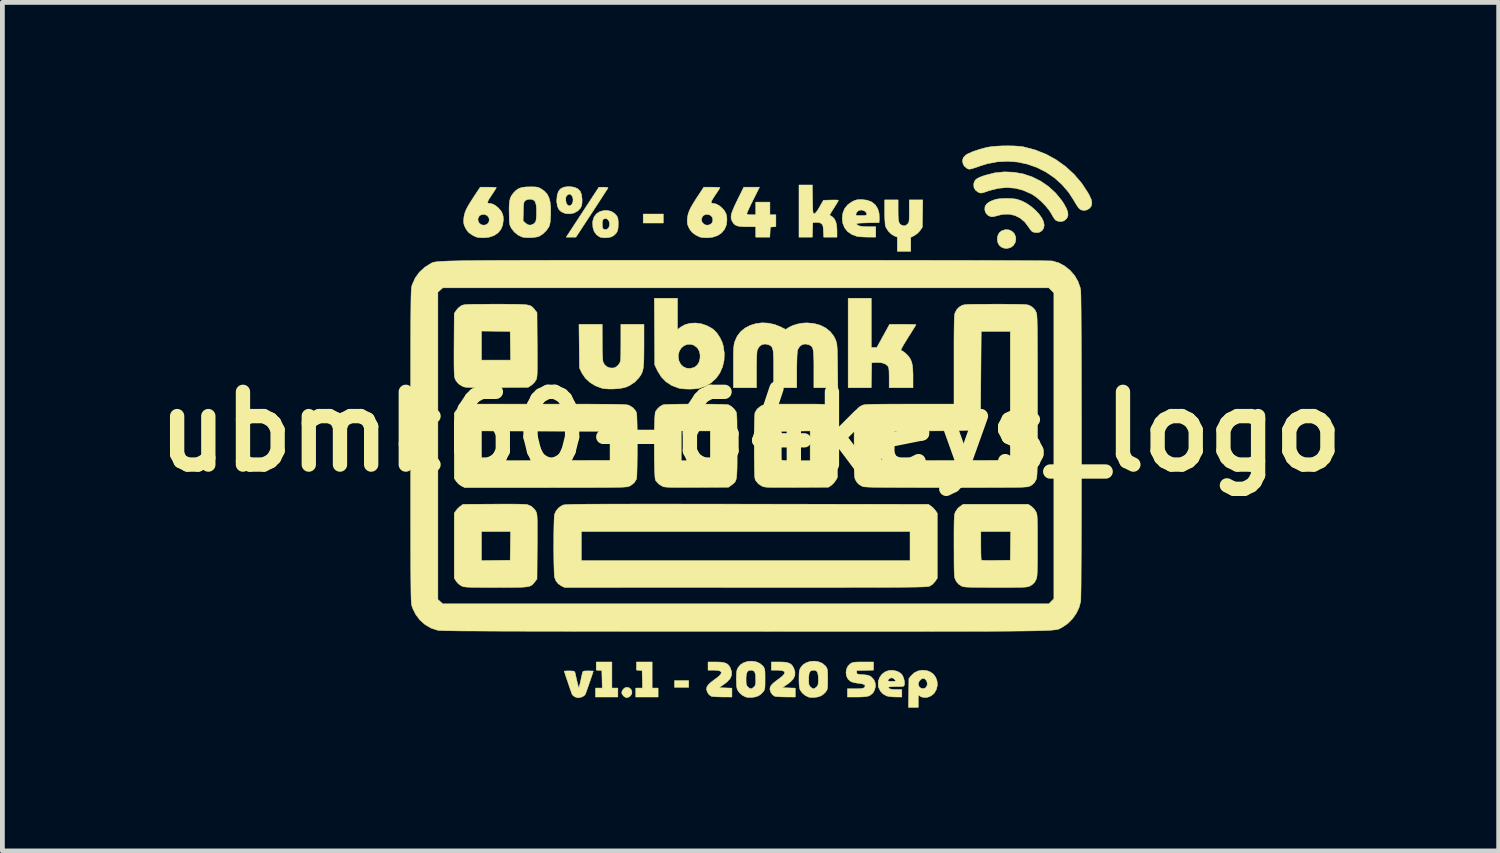
<source format=kicad_pcb>
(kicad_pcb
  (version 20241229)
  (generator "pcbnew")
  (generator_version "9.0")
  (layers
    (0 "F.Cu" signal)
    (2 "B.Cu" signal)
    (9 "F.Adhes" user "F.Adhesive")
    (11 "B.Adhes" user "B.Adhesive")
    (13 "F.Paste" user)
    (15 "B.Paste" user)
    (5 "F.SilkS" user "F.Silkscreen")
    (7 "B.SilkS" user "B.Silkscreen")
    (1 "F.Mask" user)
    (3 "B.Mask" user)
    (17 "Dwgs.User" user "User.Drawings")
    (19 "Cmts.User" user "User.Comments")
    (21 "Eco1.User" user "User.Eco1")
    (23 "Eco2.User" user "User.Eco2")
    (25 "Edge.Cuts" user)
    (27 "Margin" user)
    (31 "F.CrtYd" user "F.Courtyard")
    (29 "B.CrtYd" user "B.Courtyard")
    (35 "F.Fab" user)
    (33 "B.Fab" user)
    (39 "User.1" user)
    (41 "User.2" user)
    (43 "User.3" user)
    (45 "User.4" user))
  (footprint "ubmk60-64keys_logo"
    (layer "F.Cu")
    (at 12.671 5.992)
    (property "Reference" "ubmk60-64keys_logo" (at 0 0 0) (layer "F.SilkS") (effects (font (size 1.524 1.524) (thickness 0.3))))
    (attr through_hole)
    (fp_poly (pts (xy -1.827 -4.371) (xy -2.248 -4.371) (xy -2.248 -4.559) (xy -1.827 -4.559) (xy -1.827 -4.371)) (stroke (width 0.01) (type solid)) (fill yes) (layer "F.SilkS"))
    (fp_poly (pts (xy -1.296 5.355) (xy -1.592 5.355) (xy -1.592 5.214) (xy -1.296 5.214) (xy -1.296 5.355)) (stroke (width 0.01) (type solid)) (fill yes) (layer "F.SilkS"))
    (fp_poly (pts (xy -2.904 5.37) (xy -2.779 5.37) (xy -2.779 5.558) (xy -3.247 5.558) (xy -3.247 5.37) (xy -3.106 5.37) (xy -3.11 5.187) (xy -3.115 5.004) (xy -3.173 4.999) (xy -3.232 4.994) (xy -3.232 4.824) (xy -2.904 4.824) (xy -2.904 5.37)) (stroke (width 0.01) (type solid)) (fill yes) (layer "F.SilkS"))
    (fp_poly (pts (xy -2.061 5.37) (xy -1.936 5.37) (xy -1.936 5.558) (xy -2.404 5.558) (xy -2.404 5.37) (xy -2.263 5.37) (xy -2.267 5.187) (xy -2.271 5.004) (xy -2.33 4.999) (xy -2.389 4.994) (xy -2.389 4.824) (xy -2.061 4.824) (xy -2.061 5.37)) (stroke (width 0.01) (type solid)) (fill yes) (layer "F.SilkS"))
    (fp_poly (pts (xy -2.538 5.367) (xy -2.502 5.4) (xy -2.484 5.444) (xy -2.488 5.492) (xy -2.517 5.535) (xy -2.523 5.541) (xy -2.573 5.569) (xy -2.618 5.567) (xy -2.662 5.535) (xy -2.662 5.535) (xy -2.694 5.49) (xy -2.696 5.446) (xy -2.668 5.396) (xy -2.668 5.396) (xy -2.625 5.361) (xy -2.59 5.355) (xy -2.538 5.367)) (stroke (width 0.01) (type solid)) (fill yes) (layer "F.SilkS"))
    (fp_poly (pts (xy 5.407 -4.228) (xy 5.471 -4.201) (xy 5.521 -4.154) (xy 5.551 -4.089) (xy 5.558 -4.036) (xy 5.544 -3.962) (xy 5.507 -3.902) (xy 5.453 -3.86) (xy 5.386 -3.84) (xy 5.314 -3.843) (xy 5.257 -3.865) (xy 5.208 -3.908) (xy 5.178 -3.967) (xy 5.168 -4.034) (xy 5.178 -4.101) (xy 5.207 -4.161) (xy 5.256 -4.204) (xy 5.261 -4.207) (xy 5.335 -4.231) (xy 5.407 -4.228)) (stroke (width 0.01) (type solid)) (fill yes) (layer "F.SilkS"))
    (fp_poly (pts (xy -3.028 -5.119) (xy -2.994 -5.114) (xy -2.984 -5.108) (xy -2.994 -5.092) (xy -3.019 -5.053) (xy -3.057 -4.994) (xy -3.106 -4.918) (xy -3.165 -4.827) (xy -3.232 -4.724) (xy -3.305 -4.612) (xy -3.323 -4.585) (xy -3.657 -4.075) (xy -3.86 -4.075) (xy -3.832 -4.118) (xy -3.817 -4.14) (xy -3.788 -4.186) (xy -3.745 -4.251) (xy -3.692 -4.333) (xy -3.63 -4.427) (xy -3.562 -4.532) (xy -3.491 -4.64) (xy -3.177 -5.12) (xy -3.078 -5.121) (xy -3.028 -5.119)) (stroke (width 0.01) (type solid)) (fill yes) (layer "F.SilkS"))
    (fp_poly (pts (xy 0.055 -4.855) (xy 0.013 -4.771) (xy -0.023 -4.695) (xy -0.052 -4.633) (xy -0.071 -4.588) (xy -0.078 -4.567) (xy -0.078 -4.567) (xy -0.071 -4.553) (xy -0.046 -4.546) (xy 0.003 -4.543) (xy 0.016 -4.543) (xy 0.109 -4.543) (xy 0.109 -4.808) (xy 0.406 -4.808) (xy 0.406 -4.543) (xy 0.531 -4.543) (xy 0.531 -4.295) (xy 0.472 -4.29) (xy 0.414 -4.285) (xy 0.404 -4.075) (xy 0.109 -4.075) (xy 0.109 -4.293) (xy -0.071 -4.293) (xy -0.169 -4.295) (xy -0.241 -4.302) (xy -0.294 -4.316) (xy -0.333 -4.339) (xy -0.363 -4.373) (xy -0.375 -4.392) (xy -0.396 -4.432) (xy -0.407 -4.473) (xy -0.407 -4.52) (xy -0.395 -4.576) (xy -0.37 -4.645) (xy -0.332 -4.733) (xy -0.279 -4.843) (xy -0.274 -4.854) (xy -0.141 -5.121) (xy 0.188 -5.121) (xy 0.055 -4.855)) (stroke (width 0.01) (type solid)) (fill yes) (layer "F.SilkS"))
    (fp_poly (pts (xy -0.624 4.827) (xy -0.55 4.839) (xy -0.496 4.86) (xy -0.456 4.895) (xy -0.425 4.945) (xy -0.42 4.955) (xy -0.396 5.035) (xy -0.399 5.108) (xy -0.431 5.177) (xy -0.493 5.243) (xy -0.558 5.292) (xy -0.663 5.363) (xy -0.527 5.367) (xy -0.39 5.372) (xy -0.39 5.558) (xy -0.589 5.557) (xy -0.668 5.555) (xy -0.737 5.552) (xy -0.791 5.548) (xy -0.82 5.543) (xy -0.821 5.542) (xy -0.868 5.509) (xy -0.904 5.457) (xy -0.921 5.4) (xy -0.921 5.393) (xy -0.916 5.355) (xy -0.897 5.318) (xy -0.862 5.278) (xy -0.806 5.231) (xy -0.734 5.178) (xy -0.663 5.123) (xy -0.622 5.078) (xy -0.61 5.043) (xy -0.628 5.018) (xy -0.676 5.003) (xy -0.753 4.996) (xy -0.776 4.996) (xy -0.89 4.996) (xy -0.89 4.824) (xy -0.724 4.824) (xy -0.624 4.827)) (stroke (width 0.01) (type solid)) (fill yes) (layer "F.SilkS"))
    (fp_poly (pts (xy 0.703 4.827) (xy 0.777 4.839) (xy 0.831 4.86) (xy 0.871 4.895) (xy 0.902 4.945) (xy 0.907 4.955) (xy 0.931 5.035) (xy 0.928 5.108) (xy 0.896 5.177) (xy 0.834 5.243) (xy 0.769 5.292) (xy 0.663 5.363) (xy 0.8 5.367) (xy 0.937 5.372) (xy 0.937 5.558) (xy 0.738 5.557) (xy 0.659 5.555) (xy 0.59 5.552) (xy 0.536 5.548) (xy 0.507 5.543) (xy 0.506 5.542) (xy 0.459 5.509) (xy 0.423 5.457) (xy 0.406 5.4) (xy 0.406 5.393) (xy 0.411 5.355) (xy 0.43 5.318) (xy 0.465 5.278) (xy 0.521 5.231) (xy 0.593 5.178) (xy 0.664 5.123) (xy 0.705 5.078) (xy 0.717 5.043) (xy 0.699 5.018) (xy 0.651 5.003) (xy 0.574 4.996) (xy 0.551 4.996) (xy 0.437 4.996) (xy 0.437 4.824) (xy 0.603 4.824) (xy 0.703 4.827)) (stroke (width 0.01) (type solid)) (fill yes) (layer "F.SilkS"))
    (fp_poly (pts (xy 3.091 -4.637) (xy 3.092 -4.534) (xy 3.096 -4.458) (xy 3.105 -4.403) (xy 3.118 -4.366) (xy 3.138 -4.342) (xy 3.164 -4.326) (xy 3.213 -4.311) (xy 3.251 -4.318) (xy 3.287 -4.347) (xy 3.302 -4.363) (xy 3.312 -4.38) (xy 3.319 -4.404) (xy 3.323 -4.44) (xy 3.325 -4.493) (xy 3.325 -4.57) (xy 3.325 -4.62) (xy 3.325 -4.855) (xy 3.608 -4.855) (xy 3.603 -4.568) (xy 3.598 -4.28) (xy 3.551 -4.213) (xy 3.5 -4.157) (xy 3.436 -4.111) (xy 3.43 -4.108) (xy 3.356 -4.07) (xy 3.356 -3.778) (xy 3.075 -3.778) (xy 3.075 -4.075) (xy 3.013 -4.1) (xy 2.951 -4.137) (xy 2.892 -4.194) (xy 2.846 -4.26) (xy 2.826 -4.308) (xy 2.82 -4.343) (xy 2.816 -4.402) (xy 2.812 -4.478) (xy 2.81 -4.565) (xy 2.81 -4.609) (xy 2.81 -4.855) (xy 3.091 -4.855) (xy 3.091 -4.637)) (stroke (width 0.01) (type solid)) (fill yes) (layer "F.SilkS"))
    (fp_poly (pts (xy 5.474 -4.882) (xy 5.547 -4.874) (xy 5.573 -4.87) (xy 5.674 -4.836) (xy 5.776 -4.785) (xy 5.873 -4.719) (xy 5.962 -4.644) (xy 6.039 -4.563) (xy 6.099 -4.479) (xy 6.138 -4.398) (xy 6.151 -4.325) (xy 6.138 -4.258) (xy 6.101 -4.207) (xy 6.047 -4.176) (xy 6 -4.169) (xy 5.951 -4.174) (xy 5.912 -4.184) (xy 5.908 -4.186) (xy 5.883 -4.207) (xy 5.851 -4.247) (xy 5.826 -4.285) (xy 5.745 -4.392) (xy 5.648 -4.474) (xy 5.538 -4.529) (xy 5.417 -4.556) (xy 5.29 -4.554) (xy 5.17 -4.526) (xy 5.114 -4.51) (xy 5.065 -4.502) (xy 5.037 -4.502) (xy 4.973 -4.532) (xy 4.929 -4.581) (xy 4.907 -4.643) (xy 4.911 -4.709) (xy 4.922 -4.737) (xy 4.959 -4.783) (xy 5.023 -4.824) (xy 5.108 -4.857) (xy 5.155 -4.87) (xy 5.217 -4.879) (xy 5.298 -4.884) (xy 5.388 -4.885) (xy 5.474 -4.882)) (stroke (width 0.01) (type solid)) (fill yes) (layer "F.SilkS"))
    (fp_poly (pts (xy 3.695 5.006) (xy 3.758 5.029) (xy 3.83 5.079) (xy 3.88 5.148) (xy 3.908 5.227) (xy 3.913 5.313) (xy 3.893 5.398) (xy 3.848 5.477) (xy 3.838 5.487) (xy 3.781 5.534) (xy 3.713 5.562) (xy 3.643 5.569) (xy 3.579 5.556) (xy 3.541 5.532) (xy 3.527 5.521) (xy 3.519 5.523) (xy 3.515 5.541) (xy 3.513 5.582) (xy 3.513 5.641) (xy 3.513 5.776) (xy 3.308 5.776) (xy 3.313 5.474) (xy 3.316 5.284) (xy 3.513 5.284) (xy 3.525 5.332) (xy 3.557 5.366) (xy 3.6 5.382) (xy 3.645 5.377) (xy 3.677 5.355) (xy 3.7 5.31) (xy 3.701 5.261) (xy 3.685 5.214) (xy 3.654 5.18) (xy 3.612 5.167) (xy 3.58 5.18) (xy 3.546 5.212) (xy 3.521 5.251) (xy 3.513 5.284) (xy 3.316 5.284) (xy 3.317 5.173) (xy 3.362 5.114) (xy 3.428 5.052) (xy 3.51 5.012) (xy 3.602 4.996) (xy 3.695 5.006)) (stroke (width 0.01) (type solid)) (fill yes) (layer "F.SilkS"))
    (fp_poly (pts (xy -3.786 -5.133) (xy -3.691 -5.12) (xy -3.62 -5.089) (xy -3.57 -5.039) (xy -3.54 -4.966) (xy -3.529 -4.868) (xy -3.528 -4.842) (xy -3.531 -4.776) (xy -3.54 -4.729) (xy -3.559 -4.69) (xy -3.563 -4.682) (xy -3.621 -4.622) (xy -3.697 -4.581) (xy -3.783 -4.563) (xy -3.871 -4.569) (xy -3.89 -4.574) (xy -3.963 -4.606) (xy -4.013 -4.653) (xy -4.044 -4.719) (xy -4.058 -4.808) (xy -4.059 -4.847) (xy -4.058 -4.859) (xy -3.872 -4.859) (xy -3.863 -4.799) (xy -3.842 -4.756) (xy -3.811 -4.733) (xy -3.777 -4.733) (xy -3.743 -4.761) (xy -3.74 -4.765) (xy -3.72 -4.815) (xy -3.717 -4.873) (xy -3.731 -4.926) (xy -3.747 -4.949) (xy -3.776 -4.974) (xy -3.801 -4.977) (xy -3.835 -4.957) (xy -3.837 -4.956) (xy -3.86 -4.932) (xy -3.87 -4.896) (xy -3.872 -4.859) (xy -4.058 -4.859) (xy -4.05 -4.952) (xy -4.024 -5.032) (xy -3.979 -5.087) (xy -3.913 -5.121) (xy -3.825 -5.133) (xy -3.786 -5.133)) (stroke (width 0.01) (type solid)) (fill yes) (layer "F.SilkS"))
    (fp_poly (pts (xy -2.997 -4.633) (xy -2.914 -4.614) (xy -2.847 -4.57) (xy -2.803 -4.521) (xy -2.787 -4.493) (xy -2.777 -4.458) (xy -2.772 -4.408) (xy -2.771 -4.348) (xy -2.774 -4.266) (xy -2.787 -4.206) (xy -2.812 -4.16) (xy -2.854 -4.118) (xy -2.878 -4.1) (xy -2.925 -4.078) (xy -2.991 -4.065) (xy -3.063 -4.062) (xy -3.128 -4.069) (xy -3.162 -4.08) (xy -3.228 -4.127) (xy -3.276 -4.195) (xy -3.302 -4.28) (xy -3.306 -4.372) (xy -3.106 -4.372) (xy -3.105 -4.32) (xy -3.099 -4.275) (xy -3.088 -4.249) (xy -3.051 -4.232) (xy -3.009 -4.238) (xy -2.975 -4.265) (xy -2.955 -4.314) (xy -2.953 -4.367) (xy -2.967 -4.415) (xy -2.995 -4.451) (xy -3.033 -4.465) (xy -3.034 -4.465) (xy -3.071 -4.457) (xy -3.088 -4.446) (xy -3.1 -4.418) (xy -3.106 -4.372) (xy -3.306 -4.372) (xy -3.307 -4.379) (xy -3.302 -4.422) (xy -3.274 -4.504) (xy -3.222 -4.568) (xy -3.151 -4.612) (xy -3.064 -4.633) (xy -2.997 -4.633)) (stroke (width 0.01) (type solid)) (fill yes) (layer "F.SilkS"))
    (fp_poly (pts (xy 2.529 -1.764) (xy 2.646 -1.764) (xy 2.912 -2.248) (xy 3.189 -2.248) (xy 3.278 -2.248) (xy 3.355 -2.247) (xy 3.415 -2.245) (xy 3.454 -2.243) (xy 3.466 -2.241) (xy 3.458 -2.226) (xy 3.435 -2.189) (xy 3.401 -2.134) (xy 3.358 -2.065) (xy 3.308 -1.986) (xy 3.299 -1.972) (xy 3.25 -1.892) (xy 3.207 -1.822) (xy 3.175 -1.765) (xy 3.155 -1.725) (xy 3.15 -1.706) (xy 3.15 -1.705) (xy 3.196 -1.681) (xy 3.25 -1.639) (xy 3.3 -1.589) (xy 3.319 -1.566) (xy 3.35 -1.517) (xy 3.373 -1.462) (xy 3.389 -1.395) (xy 3.398 -1.311) (xy 3.403 -1.204) (xy 3.403 -1.131) (xy 3.403 -0.921) (xy 2.904 -0.921) (xy 2.904 -1.13) (xy 2.903 -1.216) (xy 2.901 -1.277) (xy 2.897 -1.319) (xy 2.89 -1.347) (xy 2.88 -1.368) (xy 2.872 -1.379) (xy 2.819 -1.421) (xy 2.742 -1.444) (xy 2.642 -1.45) (xy 2.631 -1.449) (xy 2.537 -1.444) (xy 2.533 -1.183) (xy 2.528 -0.921) (xy 2.045 -0.921) (xy 2.045 -2.794) (xy 2.529 -2.794) (xy 2.529 -1.764)) (stroke (width 0.01) (type solid)) (fill yes) (layer "F.SilkS"))
    (fp_poly (pts (xy 1.299 -4.867) (xy 1.301 -4.763) (xy 1.303 -4.686) (xy 1.305 -4.633) (xy 1.309 -4.598) (xy 1.314 -4.578) (xy 1.321 -4.569) (xy 1.331 -4.566) (xy 1.335 -4.566) (xy 1.355 -4.575) (xy 1.381 -4.604) (xy 1.416 -4.655) (xy 1.446 -4.707) (xy 1.527 -4.847) (xy 1.684 -4.852) (xy 1.75 -4.853) (xy 1.803 -4.852) (xy 1.835 -4.849) (xy 1.842 -4.846) (xy 1.834 -4.829) (xy 1.813 -4.792) (xy 1.781 -4.74) (xy 1.748 -4.687) (xy 1.71 -4.628) (xy 1.681 -4.58) (xy 1.662 -4.548) (xy 1.658 -4.537) (xy 1.673 -4.527) (xy 1.703 -4.508) (xy 1.707 -4.506) (xy 1.755 -4.46) (xy 1.788 -4.391) (xy 1.806 -4.298) (xy 1.811 -4.211) (xy 1.811 -4.075) (xy 1.533 -4.075) (xy 1.527 -4.201) (xy 1.523 -4.266) (xy 1.517 -4.308) (xy 1.506 -4.334) (xy 1.489 -4.354) (xy 1.484 -4.358) (xy 1.444 -4.379) (xy 1.391 -4.384) (xy 1.375 -4.384) (xy 1.304 -4.379) (xy 1.299 -4.227) (xy 1.295 -4.075) (xy 1.015 -4.075) (xy 1.015 -5.167) (xy 1.295 -5.167) (xy 1.299 -4.867)) (stroke (width 0.01) (type solid)) (fill yes) (layer "F.SilkS"))
    (fp_poly (pts (xy -3.106 -1.877) (xy -3.105 -1.731) (xy -3.102 -1.615) (xy -3.097 -1.528) (xy -3.091 -1.472) (xy -3.086 -1.453) (xy -3.049 -1.392) (xy -2.99 -1.35) (xy -2.926 -1.333) (xy -2.856 -1.336) (xy -2.798 -1.367) (xy -2.752 -1.419) (xy -2.741 -1.437) (xy -2.733 -1.455) (xy -2.726 -1.478) (xy -2.722 -1.51) (xy -2.719 -1.554) (xy -2.717 -1.617) (xy -2.717 -1.7) (xy -2.716 -1.809) (xy -2.716 -1.86) (xy -2.716 -2.248) (xy -2.232 -2.248) (xy -2.232 -1.806) (xy -2.233 -1.661) (xy -2.234 -1.543) (xy -2.237 -1.448) (xy -2.243 -1.373) (xy -2.251 -1.313) (xy -2.263 -1.264) (xy -2.279 -1.223) (xy -2.3 -1.185) (xy -2.326 -1.147) (xy -2.334 -1.136) (xy -2.422 -1.041) (xy -2.53 -0.969) (xy -2.605 -0.935) (xy -2.676 -0.916) (xy -2.767 -0.902) (xy -2.868 -0.895) (xy -2.969 -0.894) (xy -3.06 -0.901) (xy -3.115 -0.911) (xy -3.245 -0.959) (xy -3.36 -1.029) (xy -3.457 -1.118) (xy -3.529 -1.222) (xy -3.541 -1.246) (xy -3.583 -1.335) (xy -3.588 -1.791) (xy -3.593 -2.248) (xy -3.107 -2.248) (xy -3.106 -1.877)) (stroke (width 0.01) (type solid)) (fill yes) (layer "F.SilkS"))
    (fp_poly (pts (xy 2.576 4.995) (xy 2.225 5.004) (xy 2.225 5.043) (xy 2.226 5.062) (xy 2.235 5.074) (xy 2.258 5.081) (xy 2.301 5.086) (xy 2.351 5.09) (xy 2.42 5.096) (xy 2.468 5.105) (xy 2.504 5.12) (xy 2.534 5.141) (xy 2.585 5.197) (xy 2.612 5.266) (xy 2.616 5.339) (xy 2.599 5.411) (xy 2.562 5.475) (xy 2.504 5.522) (xy 2.482 5.533) (xy 2.439 5.545) (xy 2.381 5.553) (xy 2.301 5.557) (xy 2.224 5.558) (xy 2.03 5.558) (xy 2.03 5.386) (xy 2.192 5.386) (xy 2.271 5.385) (xy 2.324 5.381) (xy 2.358 5.374) (xy 2.378 5.363) (xy 2.38 5.361) (xy 2.401 5.33) (xy 2.394 5.306) (xy 2.358 5.287) (xy 2.293 5.274) (xy 2.247 5.269) (xy 2.178 5.258) (xy 2.119 5.241) (xy 2.094 5.229) (xy 2.041 5.18) (xy 2.01 5.116) (xy 2 5.045) (xy 2.011 4.973) (xy 2.043 4.908) (xy 2.096 4.857) (xy 2.099 4.855) (xy 2.124 4.842) (xy 2.152 4.834) (xy 2.191 4.828) (xy 2.245 4.825) (xy 2.322 4.824) (xy 2.363 4.824) (xy 2.576 4.824) (xy 2.576 4.995)) (stroke (width 0.01) (type solid)) (fill yes) (layer "F.SilkS"))
    (fp_poly (pts (xy 5.516 -5.434) (xy 5.711 -5.399) (xy 5.899 -5.337) (xy 6.077 -5.248) (xy 6.242 -5.135) (xy 6.39 -4.999) (xy 6.52 -4.84) (xy 6.564 -4.772) (xy 6.616 -4.678) (xy 6.645 -4.6) (xy 6.65 -4.536) (xy 6.633 -4.483) (xy 6.607 -4.45) (xy 6.566 -4.417) (xy 6.523 -4.404) (xy 6.492 -4.403) (xy 6.434 -4.41) (xy 6.392 -4.43) (xy 6.391 -4.43) (xy 6.367 -4.457) (xy 6.337 -4.503) (xy 6.306 -4.557) (xy 6.306 -4.559) (xy 6.252 -4.642) (xy 6.179 -4.732) (xy 6.092 -4.821) (xy 6.001 -4.901) (xy 5.912 -4.964) (xy 5.877 -4.983) (xy 5.709 -5.057) (xy 5.54 -5.1) (xy 5.369 -5.114) (xy 5.193 -5.098) (xy 5.009 -5.053) (xy 4.969 -5.039) (xy 4.903 -5.016) (xy 4.858 -5.003) (xy 4.827 -4.999) (xy 4.803 -5.002) (xy 4.778 -5.012) (xy 4.77 -5.016) (xy 4.712 -5.058) (xy 4.68 -5.116) (xy 4.675 -5.184) (xy 4.681 -5.212) (xy 4.696 -5.25) (xy 4.719 -5.281) (xy 4.756 -5.307) (xy 4.811 -5.333) (xy 4.89 -5.362) (xy 4.914 -5.37) (xy 5.114 -5.421) (xy 5.316 -5.442) (xy 5.516 -5.434)) (stroke (width 0.01) (type solid)) (fill yes) (layer "F.SilkS"))
    (fp_poly (pts (xy 3.067 5.018) (xy 3.086 5.026) (xy 3.132 5.053) (xy 3.17 5.086) (xy 3.177 5.096) (xy 3.203 5.15) (xy 3.22 5.214) (xy 3.226 5.274) (xy 3.222 5.301) (xy 3.217 5.318) (xy 3.207 5.329) (xy 3.186 5.335) (xy 3.149 5.338) (xy 3.089 5.339) (xy 3.05 5.339) (xy 2.983 5.34) (xy 2.93 5.343) (xy 2.896 5.348) (xy 2.888 5.352) (xy 2.899 5.376) (xy 2.934 5.392) (xy 2.994 5.4) (xy 3.047 5.402) (xy 3.169 5.402) (xy 3.169 5.558) (xy 3.04 5.557) (xy 2.971 5.554) (xy 2.904 5.547) (xy 2.854 5.536) (xy 2.849 5.534) (xy 2.778 5.495) (xy 2.72 5.434) (xy 2.684 5.36) (xy 2.676 5.328) (xy 2.676 5.235) (xy 2.686 5.203) (xy 2.878 5.203) (xy 2.878 5.219) (xy 2.905 5.228) (xy 2.96 5.23) (xy 3.01 5.229) (xy 3.033 5.226) (xy 3.037 5.216) (xy 3.026 5.197) (xy 3.025 5.195) (xy 2.988 5.162) (xy 2.944 5.156) (xy 2.902 5.176) (xy 2.878 5.203) (xy 2.686 5.203) (xy 2.702 5.153) (xy 2.749 5.085) (xy 2.814 5.034) (xy 2.891 5.004) (xy 2.977 4.998) (xy 3.067 5.018)) (stroke (width 0.01) (type solid)) (fill yes) (layer "F.SilkS"))
    (fp_poly (pts (xy 5.516 -5.985) (xy 5.624 -5.978) (xy 5.71 -5.968) (xy 5.722 -5.965) (xy 5.961 -5.902) (xy 6.189 -5.812) (xy 6.402 -5.695) (xy 6.6 -5.553) (xy 6.778 -5.389) (xy 6.936 -5.204) (xy 7.071 -4.999) (xy 7.101 -4.943) (xy 7.139 -4.857) (xy 7.15 -4.786) (xy 7.137 -4.727) (xy 7.104 -4.682) (xy 7.051 -4.647) (xy 6.989 -4.634) (xy 6.929 -4.644) (xy 6.886 -4.672) (xy 6.862 -4.701) (xy 6.829 -4.75) (xy 6.794 -4.808) (xy 6.782 -4.83) (xy 6.663 -5.014) (xy 6.522 -5.178) (xy 6.363 -5.32) (xy 6.188 -5.439) (xy 6 -5.534) (xy 5.801 -5.604) (xy 5.595 -5.648) (xy 5.384 -5.664) (xy 5.171 -5.653) (xy 4.959 -5.613) (xy 4.824 -5.571) (xy 4.735 -5.54) (xy 4.67 -5.518) (xy 4.624 -5.505) (xy 4.592 -5.499) (xy 4.568 -5.501) (xy 4.547 -5.509) (xy 4.526 -5.521) (xy 4.474 -5.568) (xy 4.451 -5.614) (xy 4.44 -5.683) (xy 4.459 -5.743) (xy 4.508 -5.794) (xy 4.555 -5.822) (xy 4.669 -5.871) (xy 4.802 -5.915) (xy 4.944 -5.953) (xy 4.968 -5.958) (xy 5.05 -5.971) (xy 5.155 -5.98) (xy 5.273 -5.986) (xy 5.397 -5.987) (xy 5.516 -5.985)) (stroke (width 0.01) (type solid)) (fill yes) (layer "F.SilkS"))
    (fp_poly (pts (xy 2.441 -4.849) (xy 2.537 -4.812) (xy 2.612 -4.752) (xy 2.664 -4.672) (xy 2.693 -4.572) (xy 2.698 -4.468) (xy 2.693 -4.379) (xy 2.454 -4.375) (xy 2.358 -4.372) (xy 2.289 -4.369) (xy 2.246 -4.364) (xy 2.224 -4.358) (xy 2.221 -4.351) (xy 2.241 -4.326) (xy 2.285 -4.308) (xy 2.353 -4.297) (xy 2.45 -4.293) (xy 2.463 -4.293) (xy 2.623 -4.293) (xy 2.623 -4.075) (xy 2.455 -4.076) (xy 2.379 -4.078) (xy 2.308 -4.082) (xy 2.252 -4.088) (xy 2.228 -4.092) (xy 2.121 -4.131) (xy 2.034 -4.191) (xy 1.971 -4.27) (xy 1.933 -4.366) (xy 1.921 -4.465) (xy 1.93 -4.545) (xy 2.206 -4.545) (xy 2.211 -4.534) (xy 2.233 -4.529) (xy 2.275 -4.527) (xy 2.317 -4.527) (xy 2.378 -4.528) (xy 2.413 -4.532) (xy 2.43 -4.539) (xy 2.435 -4.553) (xy 2.435 -4.556) (xy 2.421 -4.595) (xy 2.385 -4.625) (xy 2.335 -4.642) (xy 2.317 -4.643) (xy 2.261 -4.632) (xy 2.224 -4.596) (xy 2.21 -4.562) (xy 2.206 -4.545) (xy 1.93 -4.545) (xy 1.934 -4.579) (xy 1.973 -4.675) (xy 2.038 -4.755) (xy 2.125 -4.816) (xy 2.176 -4.841) (xy 2.221 -4.855) (xy 2.274 -4.861) (xy 2.326 -4.862) (xy 2.441 -4.849)) (stroke (width 0.01) (type solid)) (fill yes) (layer "F.SilkS"))
    (fp_poly (pts (xy -1.53 -2.139) (xy -1.461 -2.192) (xy -1.37 -2.242) (xy -1.264 -2.27) (xy -1.149 -2.276) (xy -1.032 -2.26) (xy -0.917 -2.222) (xy -0.811 -2.164) (xy -0.766 -2.13) (xy -0.698 -2.058) (xy -0.638 -1.965) (xy -0.591 -1.864) (xy -0.571 -1.795) (xy -0.549 -1.641) (xy -0.555 -1.494) (xy -0.587 -1.356) (xy -0.643 -1.23) (xy -0.72 -1.12) (xy -0.819 -1.029) (xy -0.937 -0.958) (xy -1.072 -0.911) (xy -1.09 -0.907) (xy -1.175 -0.896) (xy -1.276 -0.892) (xy -1.378 -0.895) (xy -1.47 -0.905) (xy -1.513 -0.915) (xy -1.649 -0.967) (xy -1.768 -1.044) (xy -1.867 -1.145) (xy -1.945 -1.269) (xy -1.95 -1.28) (xy -2.006 -1.397) (xy -2.007 -1.577) (xy -1.514 -1.577) (xy -1.501 -1.488) (xy -1.466 -1.415) (xy -1.412 -1.362) (xy -1.344 -1.33) (xy -1.267 -1.323) (xy -1.185 -1.344) (xy -1.169 -1.352) (xy -1.115 -1.395) (xy -1.078 -1.458) (xy -1.058 -1.533) (xy -1.056 -1.612) (xy -1.074 -1.688) (xy -1.111 -1.753) (xy -1.123 -1.765) (xy -1.188 -1.812) (xy -1.259 -1.832) (xy -1.33 -1.827) (xy -1.395 -1.8) (xy -1.451 -1.753) (xy -1.492 -1.688) (xy -1.513 -1.608) (xy -1.514 -1.577) (xy -2.007 -1.577) (xy -2.015 -2.794) (xy -1.53 -2.794) (xy -1.53 -2.139)) (stroke (width 0.01) (type solid)) (fill yes) (layer "F.SilkS"))
    (fp_poly (pts (xy -3.349 5.012) (xy -3.31 5.013) (xy -3.294 5.016) (xy -3.294 5.016) (xy -3.299 5.034) (xy -3.312 5.076) (xy -3.332 5.134) (xy -3.355 5.204) (xy -3.381 5.278) (xy -3.406 5.351) (xy -3.43 5.417) (xy -3.448 5.469) (xy -3.461 5.5) (xy -3.463 5.506) (xy -3.493 5.536) (xy -3.542 5.56) (xy -3.596 5.572) (xy -3.613 5.573) (xy -3.651 5.565) (xy -3.686 5.55) (xy -3.72 5.524) (xy -3.739 5.5) (xy -3.747 5.477) (xy -3.763 5.432) (xy -3.784 5.371) (xy -3.808 5.301) (xy -3.833 5.227) (xy -3.857 5.156) (xy -3.878 5.094) (xy -3.893 5.046) (xy -3.902 5.019) (xy -3.903 5.016) (xy -3.889 5.014) (xy -3.851 5.012) (xy -3.798 5.011) (xy -3.795 5.011) (xy -3.736 5.013) (xy -3.701 5.018) (xy -3.684 5.028) (xy -3.679 5.039) (xy -3.672 5.065) (xy -3.661 5.114) (xy -3.647 5.177) (xy -3.637 5.219) (xy -3.622 5.282) (xy -3.609 5.331) (xy -3.599 5.36) (xy -3.596 5.365) (xy -3.589 5.347) (xy -3.578 5.306) (xy -3.565 5.25) (xy -3.558 5.22) (xy -3.544 5.153) (xy -3.531 5.096) (xy -3.522 5.055) (xy -3.52 5.046) (xy -3.513 5.028) (xy -3.498 5.017) (xy -3.468 5.013) (xy -3.415 5.011) (xy -3.403 5.011) (xy -3.349 5.012)) (stroke (width 0.01) (type solid)) (fill yes) (layer "F.SilkS"))
    (fp_poly (pts (xy -5.037 1.517) (xy -4.906 1.518) (xy -4.802 1.52) (xy -4.726 1.523) (xy -4.68 1.527) (xy -4.67 1.529) (xy -4.587 1.566) (xy -4.523 1.627) (xy -4.495 1.672) (xy -4.488 1.688) (xy -4.481 1.705) (xy -4.477 1.727) (xy -4.473 1.756) (xy -4.47 1.796) (xy -4.468 1.849) (xy -4.467 1.919) (xy -4.467 2.008) (xy -4.467 2.119) (xy -4.467 2.256) (xy -4.468 2.411) (xy -4.473 3.088) (xy -4.52 3.147) (xy -4.542 3.174) (xy -4.562 3.196) (xy -4.584 3.215) (xy -4.609 3.229) (xy -4.642 3.241) (xy -4.684 3.249) (xy -4.74 3.255) (xy -4.812 3.259) (xy -4.903 3.261) (xy -5.016 3.262) (xy -5.154 3.263) (xy -5.32 3.262) (xy -5.331 3.262) (xy -5.492 3.262) (xy -5.626 3.262) (xy -5.734 3.261) (xy -5.82 3.26) (xy -5.887 3.258) (xy -5.938 3.256) (xy -5.977 3.252) (xy -6.005 3.248) (xy -6.027 3.242) (xy -6.046 3.235) (xy -6.052 3.232) (xy -6.118 3.188) (xy -6.162 3.136) (xy -6.206 3.07) (xy -6.206 2.092) (xy -5.636 2.092) (xy -5.636 2.701) (xy -5.335 2.697) (xy -5.035 2.693) (xy -5.03 2.392) (xy -5.026 2.092) (xy -5.636 2.092) (xy -6.206 2.092) (xy -6.206 1.707) (xy -6.168 1.652) (xy -6.129 1.606) (xy -6.082 1.564) (xy -6.075 1.56) (xy -6.021 1.522) (xy -5.376 1.518) (xy -5.194 1.517) (xy -5.037 1.517)) (stroke (width 0.01) (type solid)) (fill yes) (layer "F.SilkS"))
    (fp_poly (pts (xy -5.424 -5.12) (xy -5.369 -5.118) (xy -5.334 -5.115) (xy -5.324 -5.112) (xy -5.332 -5.097) (xy -5.354 -5.061) (xy -5.387 -5.01) (xy -5.425 -4.953) (xy -5.47 -4.884) (xy -5.497 -4.836) (xy -5.507 -4.806) (xy -5.5 -4.789) (xy -5.476 -4.781) (xy -5.44 -4.778) (xy -5.393 -4.765) (xy -5.338 -4.733) (xy -5.283 -4.687) (xy -5.237 -4.636) (xy -5.221 -4.613) (xy -5.196 -4.562) (xy -5.182 -4.512) (xy -5.178 -4.449) (xy -5.178 -4.436) (xy -5.191 -4.329) (xy -5.229 -4.237) (xy -5.291 -4.163) (xy -5.374 -4.108) (xy -5.475 -4.074) (xy -5.593 -4.061) (xy -5.716 -4.07) (xy -5.752 -4.081) (xy -5.801 -4.104) (xy -5.84 -4.126) (xy -5.901 -4.17) (xy -5.944 -4.221) (xy -5.968 -4.262) (xy -5.993 -4.313) (xy -6.005 -4.355) (xy -6.009 -4.402) (xy -6.007 -4.453) (xy -5.712 -4.453) (xy -5.702 -4.399) (xy -5.681 -4.366) (xy -5.637 -4.333) (xy -5.581 -4.324) (xy -5.525 -4.341) (xy -5.488 -4.376) (xy -5.472 -4.427) (xy -5.48 -4.481) (xy -5.48 -4.482) (xy -5.513 -4.525) (xy -5.561 -4.548) (xy -5.614 -4.551) (xy -5.664 -4.533) (xy -5.691 -4.506) (xy -5.712 -4.453) (xy -6.007 -4.453) (xy -6.007 -4.457) (xy -6 -4.516) (xy -5.986 -4.574) (xy -5.963 -4.636) (xy -5.928 -4.707) (xy -5.879 -4.79) (xy -5.814 -4.892) (xy -5.781 -4.943) (xy -5.662 -5.121) (xy -5.493 -5.121) (xy -5.424 -5.12)) (stroke (width 0.01) (type solid)) (fill yes) (layer "F.SilkS"))
    (fp_poly (pts (xy -0.741 -5.12) (xy -0.686 -5.118) (xy -0.65 -5.115) (xy -0.64 -5.112) (xy -0.648 -5.097) (xy -0.67 -5.061) (xy -0.703 -5.01) (xy -0.742 -4.953) (xy -0.787 -4.884) (xy -0.814 -4.836) (xy -0.824 -4.806) (xy -0.817 -4.789) (xy -0.793 -4.781) (xy -0.756 -4.778) (xy -0.71 -4.765) (xy -0.654 -4.733) (xy -0.599 -4.687) (xy -0.553 -4.636) (xy -0.538 -4.613) (xy -0.512 -4.562) (xy -0.499 -4.512) (xy -0.495 -4.449) (xy -0.494 -4.436) (xy -0.507 -4.329) (xy -0.546 -4.237) (xy -0.607 -4.163) (xy -0.69 -4.108) (xy -0.792 -4.074) (xy -0.91 -4.061) (xy -1.033 -4.07) (xy -1.068 -4.081) (xy -1.117 -4.104) (xy -1.157 -4.126) (xy -1.217 -4.17) (xy -1.261 -4.221) (xy -1.285 -4.262) (xy -1.309 -4.313) (xy -1.322 -4.355) (xy -1.325 -4.402) (xy -1.323 -4.453) (xy -1.029 -4.453) (xy -1.019 -4.399) (xy -0.998 -4.366) (xy -0.954 -4.333) (xy -0.898 -4.324) (xy -0.841 -4.341) (xy -0.805 -4.376) (xy -0.789 -4.427) (xy -0.796 -4.481) (xy -0.797 -4.482) (xy -0.829 -4.525) (xy -0.877 -4.548) (xy -0.931 -4.551) (xy -0.98 -4.533) (xy -1.007 -4.506) (xy -1.029 -4.453) (xy -1.323 -4.453) (xy -1.323 -4.457) (xy -1.316 -4.516) (xy -1.302 -4.574) (xy -1.279 -4.636) (xy -1.244 -4.707) (xy -1.195 -4.79) (xy -1.131 -4.892) (xy -1.097 -4.943) (xy -0.979 -5.121) (xy -0.809 -5.121) (xy -0.741 -5.12)) (stroke (width 0.01) (type solid)) (fill yes) (layer "F.SilkS"))
    (fp_poly (pts (xy 0.118 4.821) (xy 0.195 4.854) (xy 0.258 4.908) (xy 0.268 4.921) (xy 0.283 4.944) (xy 0.293 4.968) (xy 0.299 4.999) (xy 0.303 5.044) (xy 0.304 5.108) (xy 0.304 5.184) (xy 0.304 5.27) (xy 0.303 5.33) (xy 0.299 5.372) (xy 0.293 5.401) (xy 0.282 5.424) (xy 0.266 5.447) (xy 0.262 5.451) (xy 0.221 5.494) (xy 0.171 5.53) (xy 0.161 5.535) (xy 0.095 5.557) (xy 0.017 5.567) (xy -0.058 5.566) (xy -0.099 5.558) (xy -0.166 5.525) (xy -0.227 5.474) (xy -0.269 5.415) (xy -0.271 5.412) (xy -0.284 5.375) (xy -0.292 5.324) (xy -0.296 5.253) (xy -0.296 5.187) (xy -0.094 5.187) (xy -0.093 5.251) (xy -0.088 5.292) (xy -0.078 5.32) (xy -0.06 5.343) (xy -0.055 5.348) (xy -0.022 5.374) (xy 0.006 5.386) (xy 0.008 5.386) (xy 0.035 5.376) (xy 0.068 5.35) (xy 0.071 5.348) (xy 0.091 5.325) (xy 0.102 5.298) (xy 0.108 5.26) (xy 0.109 5.202) (xy 0.109 5.187) (xy 0.106 5.104) (xy 0.093 5.047) (xy 0.07 5.013) (xy 0.034 4.998) (xy 0.008 4.996) (xy -0.036 5.003) (xy -0.066 5.026) (xy -0.084 5.069) (xy -0.093 5.137) (xy -0.094 5.187) (xy -0.296 5.187) (xy -0.296 5.181) (xy -0.295 5.1) (xy -0.292 5.043) (xy -0.286 5.002) (xy -0.275 4.97) (xy -0.261 4.942) (xy -0.209 4.88) (xy -0.138 4.837) (xy -0.056 4.812) (xy 0.032 4.807) (xy 0.118 4.821)) (stroke (width 0.01) (type solid)) (fill yes) (layer "F.SilkS"))
    (fp_poly (pts (xy 1.429 4.821) (xy 1.507 4.854) (xy 1.569 4.908) (xy 1.579 4.921) (xy 1.594 4.944) (xy 1.604 4.968) (xy 1.611 4.999) (xy 1.614 5.044) (xy 1.616 5.108) (xy 1.616 5.184) (xy 1.616 5.27) (xy 1.614 5.33) (xy 1.611 5.372) (xy 1.604 5.401) (xy 1.593 5.424) (xy 1.577 5.447) (xy 1.574 5.451) (xy 1.532 5.494) (xy 1.482 5.53) (xy 1.472 5.535) (xy 1.406 5.557) (xy 1.328 5.567) (xy 1.254 5.566) (xy 1.213 5.558) (xy 1.146 5.525) (xy 1.085 5.474) (xy 1.042 5.415) (xy 1.04 5.412) (xy 1.028 5.375) (xy 1.02 5.324) (xy 1.016 5.253) (xy 1.015 5.187) (xy 1.218 5.187) (xy 1.219 5.251) (xy 1.223 5.292) (xy 1.234 5.32) (xy 1.251 5.343) (xy 1.256 5.348) (xy 1.289 5.374) (xy 1.317 5.386) (xy 1.319 5.386) (xy 1.347 5.376) (xy 1.38 5.35) (xy 1.382 5.348) (xy 1.402 5.325) (xy 1.414 5.298) (xy 1.419 5.26) (xy 1.421 5.202) (xy 1.421 5.187) (xy 1.417 5.104) (xy 1.405 5.047) (xy 1.382 5.013) (xy 1.346 4.998) (xy 1.319 4.996) (xy 1.275 5.003) (xy 1.245 5.026) (xy 1.227 5.069) (xy 1.219 5.137) (xy 1.218 5.187) (xy 1.015 5.187) (xy 1.015 5.181) (xy 1.016 5.1) (xy 1.019 5.043) (xy 1.025 5.002) (xy 1.036 4.97) (xy 1.05 4.942) (xy 1.102 4.88) (xy 1.173 4.837) (xy 1.255 4.812) (xy 1.343 4.807) (xy 1.429 4.821)) (stroke (width 0.01) (type solid)) (fill yes) (layer "F.SilkS"))
    (fp_poly (pts (xy -5.167 -2.67) (xy -5.027 -2.669) (xy -4.912 -2.668) (xy -4.819 -2.666) (xy -4.746 -2.662) (xy -4.689 -2.657) (xy -4.645 -2.648) (xy -4.612 -2.637) (xy -4.586 -2.623) (xy -4.564 -2.605) (xy -4.544 -2.583) (xy -4.522 -2.556) (xy -4.52 -2.553) (xy -4.473 -2.495) (xy -4.468 -1.818) (xy -4.467 -1.654) (xy -4.467 -1.519) (xy -4.467 -1.409) (xy -4.467 -1.322) (xy -4.468 -1.253) (xy -4.47 -1.201) (xy -4.473 -1.162) (xy -4.477 -1.133) (xy -4.482 -1.112) (xy -4.488 -1.094) (xy -4.496 -1.078) (xy -4.496 -1.078) (xy -4.53 -1.029) (xy -4.576 -0.984) (xy -4.593 -0.972) (xy -4.658 -0.929) (xy -5.315 -0.925) (xy -5.476 -0.924) (xy -5.609 -0.924) (xy -5.717 -0.924) (xy -5.803 -0.924) (xy -5.87 -0.926) (xy -5.921 -0.928) (xy -5.959 -0.931) (xy -5.988 -0.935) (xy -6.01 -0.94) (xy -6.028 -0.947) (xy -6.035 -0.951) (xy -6.117 -1.003) (xy -6.173 -1.072) (xy -6.197 -1.13) (xy -6.202 -1.162) (xy -6.206 -1.218) (xy -6.209 -1.299) (xy -6.211 -1.407) (xy -6.211 -1.499) (xy -5.636 -1.499) (xy -5.026 -1.499) (xy -5.035 -2.1) (xy -5.335 -2.104) (xy -5.636 -2.108) (xy -5.636 -1.499) (xy -6.211 -1.499) (xy -6.211 -1.543) (xy -6.211 -1.708) (xy -6.21 -1.836) (xy -6.206 -2.477) (xy -6.163 -2.542) (xy -6.123 -2.588) (xy -6.075 -2.628) (xy -6.058 -2.638) (xy -6.042 -2.646) (xy -6.024 -2.652) (xy -6.001 -2.657) (xy -5.971 -2.661) (xy -5.93 -2.664) (xy -5.875 -2.666) (xy -5.804 -2.668) (xy -5.713 -2.669) (xy -5.598 -2.669) (xy -5.458 -2.67) (xy -5.336 -2.67) (xy -5.167 -2.67)) (stroke (width 0.01) (type solid)) (fill yes) (layer "F.SilkS"))
    (fp_poly (pts (xy -4.545 -5.128) (xy -4.493 -5.125) (xy -4.454 -5.118) (xy -4.421 -5.106) (xy -4.385 -5.086) (xy -4.382 -5.084) (xy -4.313 -5.035) (xy -4.26 -4.976) (xy -4.223 -4.904) (xy -4.199 -4.814) (xy -4.187 -4.704) (xy -4.186 -4.567) (xy -4.187 -4.543) (xy -4.192 -4.454) (xy -4.197 -4.389) (xy -4.206 -4.341) (xy -4.218 -4.303) (xy -4.227 -4.284) (xy -4.278 -4.212) (xy -4.348 -4.144) (xy -4.422 -4.096) (xy -4.469 -4.08) (xy -4.536 -4.07) (xy -4.613 -4.064) (xy -4.689 -4.065) (xy -4.754 -4.071) (xy -4.777 -4.076) (xy -4.865 -4.116) (xy -4.945 -4.18) (xy -5.003 -4.253) (xy -5.021 -4.283) (xy -5.034 -4.31) (xy -5.043 -4.34) (xy -5.048 -4.378) (xy -5.051 -4.418) (xy -4.764 -4.418) (xy -4.717 -4.371) (xy -4.662 -4.333) (xy -4.605 -4.326) (xy -4.548 -4.35) (xy -4.533 -4.361) (xy -4.512 -4.382) (xy -4.499 -4.405) (xy -4.491 -4.439) (xy -4.486 -4.492) (xy -4.484 -4.532) (xy -4.482 -4.655) (xy -4.49 -4.748) (xy -4.51 -4.813) (xy -4.528 -4.841) (xy -4.572 -4.864) (xy -4.628 -4.871) (xy -4.684 -4.859) (xy -4.717 -4.841) (xy -4.732 -4.827) (xy -4.743 -4.809) (xy -4.75 -4.782) (xy -4.754 -4.74) (xy -4.757 -4.677) (xy -4.759 -4.615) (xy -4.764 -4.418) (xy -5.051 -4.418) (xy -5.052 -4.432) (xy -5.054 -4.506) (xy -5.056 -4.571) (xy -5.057 -4.685) (xy -5.053 -4.775) (xy -5.044 -4.844) (xy -5.029 -4.9) (xy -5.005 -4.948) (xy -4.971 -4.993) (xy -4.96 -5.006) (xy -4.908 -5.058) (xy -4.853 -5.094) (xy -4.788 -5.115) (xy -4.706 -5.126) (xy -4.621 -5.128) (xy -4.545 -5.128)) (stroke (width 0.01) (type solid)) (fill yes) (layer "F.SilkS"))
    (fp_poly (pts (xy -4.292 -0.577) (xy -4.025 -0.577) (xy -3.788 -0.577) (xy -3.578 -0.577) (xy -3.394 -0.577) (xy -3.234 -0.576) (xy -3.096 -0.575) (xy -2.979 -0.575) (xy -2.881 -0.574) (xy -2.799 -0.572) (xy -2.733 -0.571) (xy -2.679 -0.569) (xy -2.637 -0.566) (xy -2.605 -0.564) (xy -2.581 -0.561) (xy -2.563 -0.557) (xy -2.55 -0.553) (xy -2.538 -0.549) (xy -2.537 -0.548) (xy -2.458 -0.497) (xy -2.404 -0.431) (xy -2.39 -0.401) (xy -2.385 -0.372) (xy -2.381 -0.313) (xy -2.378 -0.224) (xy -2.375 -0.106) (xy -2.374 0.04) (xy -2.373 0.213) (xy -2.373 0.297) (xy -2.373 0.482) (xy -2.375 0.64) (xy -2.377 0.77) (xy -2.38 0.871) (xy -2.383 0.943) (xy -2.387 0.986) (xy -2.39 0.994) (xy -2.433 1.066) (xy -2.503 1.123) (xy -2.537 1.141) (xy -2.548 1.146) (xy -2.561 1.15) (xy -2.578 1.154) (xy -2.602 1.157) (xy -2.632 1.159) (xy -2.673 1.162) (xy -2.724 1.164) (xy -2.789 1.165) (xy -2.868 1.167) (xy -2.964 1.168) (xy -3.078 1.169) (xy -3.213 1.169) (xy -3.37 1.17) (xy -3.55 1.17) (xy -3.756 1.17) (xy -3.989 1.17) (xy -4.252 1.171) (xy -4.293 1.171) (xy -5.987 1.171) (xy -6.055 1.137) (xy -6.115 1.096) (xy -6.163 1.042) (xy -6.164 1.041) (xy -6.206 0.978) (xy -6.206 0.609) (xy -5.636 0.609) (xy -4.289 0.605) (xy -2.943 0.601) (xy -2.943 -0.008) (xy -4.289 -0.012) (xy -5.636 -0.016) (xy -5.636 0.609) (xy -6.206 0.609) (xy -6.206 -0.385) (xy -6.164 -0.448) (xy -6.111 -0.506) (xy -6.053 -0.545) (xy -5.985 -0.578) (xy -4.292 -0.577)) (stroke (width 0.01) (type solid)) (fill yes) (layer "F.SilkS"))
    (fp_poly (pts (xy -0.965 -0.577) (xy -0.809 -0.576) (xy -0.68 -0.574) (xy -0.579 -0.571) (xy -0.508 -0.567) (xy -0.466 -0.563) (xy -0.458 -0.561) (xy -0.401 -0.528) (xy -0.346 -0.478) (xy -0.305 -0.421) (xy -0.303 -0.418) (xy -0.298 -0.403) (xy -0.293 -0.377) (xy -0.289 -0.339) (xy -0.286 -0.286) (xy -0.284 -0.214) (xy -0.283 -0.122) (xy -0.282 -0.007) (xy -0.281 0.134) (xy -0.281 0.3) (xy -0.281 0.469) (xy -0.281 0.61) (xy -0.282 0.726) (xy -0.284 0.819) (xy -0.288 0.893) (xy -0.293 0.95) (xy -0.301 0.994) (xy -0.311 1.027) (xy -0.325 1.052) (xy -0.342 1.072) (xy -0.364 1.091) (xy -0.389 1.111) (xy -0.399 1.118) (xy -0.458 1.163) (xy -1.123 1.167) (xy -1.288 1.167) (xy -1.425 1.168) (xy -1.537 1.167) (xy -1.626 1.167) (xy -1.695 1.165) (xy -1.748 1.162) (xy -1.787 1.159) (xy -1.815 1.155) (xy -1.835 1.149) (xy -1.842 1.146) (xy -1.922 1.097) (xy -1.982 1.03) (xy -1.992 1.012) (xy -1.998 0.985) (xy -2.003 0.93) (xy -2.007 0.853) (xy -2.011 0.757) (xy -2.013 0.645) (xy -2.015 0.523) (xy -2.016 0.393) (xy -2.016 0.261) (xy -2.016 0.129) (xy -2.014 0.003) (xy -2.014 -0.016) (xy -1.452 -0.016) (xy -1.452 0.609) (xy -0.843 0.609) (xy -0.843 -0.016) (xy -1.452 -0.016) (xy -2.014 -0.016) (xy -2.012 -0.114) (xy -2.009 -0.218) (xy -2.005 -0.304) (xy -2 -0.37) (xy -1.995 -0.41) (xy -1.992 -0.418) (xy -1.952 -0.475) (xy -1.897 -0.526) (xy -1.84 -0.56) (xy -1.837 -0.561) (xy -1.808 -0.566) (xy -1.749 -0.57) (xy -1.661 -0.573) (xy -1.544 -0.575) (xy -1.399 -0.577) (xy -1.227 -0.578) (xy -1.147 -0.578) (xy -0.965 -0.577)) (stroke (width 0.01) (type solid)) (fill yes) (layer "F.SilkS"))
    (fp_poly (pts (xy 1.242 -0.577) (xy 1.348 -0.577) (xy 1.433 -0.576) (xy 1.498 -0.574) (xy 1.548 -0.571) (xy 1.585 -0.568) (xy 1.613 -0.564) (xy 1.634 -0.558) (xy 1.652 -0.551) (xy 1.666 -0.545) (xy 1.73 -0.5) (xy 1.776 -0.44) (xy 1.819 -0.367) (xy 1.819 0.96) (xy 1.783 1.023) (xy 1.746 1.072) (xy 1.701 1.116) (xy 1.69 1.124) (xy 1.634 1.163) (xy 0.969 1.167) (xy 0.807 1.168) (xy 0.672 1.168) (xy 0.563 1.168) (xy 0.476 1.168) (xy 0.409 1.166) (xy 0.357 1.164) (xy 0.318 1.161) (xy 0.289 1.157) (xy 0.268 1.152) (xy 0.25 1.145) (xy 0.242 1.142) (xy 0.163 1.091) (xy 0.109 1.024) (xy 0.095 0.994) (xy 0.09 0.965) (xy 0.086 0.906) (xy 0.083 0.817) (xy 0.081 0.699) (xy 0.079 0.553) (xy 0.078 0.456) (xy 0.643 0.456) (xy 0.643 0.523) (xy 0.645 0.569) (xy 0.647 0.589) (xy 0.657 0.596) (xy 0.684 0.602) (xy 0.731 0.605) (xy 0.801 0.608) (xy 0.897 0.609) (xy 0.952 0.609) (xy 1.249 0.609) (xy 1.249 -0.016) (xy 0.948 -0.012) (xy 0.648 -0.008) (xy 0.644 0.281) (xy 0.643 0.373) (xy 0.643 0.456) (xy 0.078 0.456) (xy 0.078 0.38) (xy 0.078 0.297) (xy 0.078 0.112) (xy 0.08 -0.046) (xy 0.082 -0.176) (xy 0.085 -0.278) (xy 0.088 -0.35) (xy 0.093 -0.392) (xy 0.095 -0.401) (xy 0.138 -0.473) (xy 0.208 -0.53) (xy 0.242 -0.548) (xy 0.259 -0.555) (xy 0.28 -0.561) (xy 0.306 -0.566) (xy 0.342 -0.57) (xy 0.39 -0.572) (xy 0.453 -0.574) (xy 0.535 -0.576) (xy 0.638 -0.577) (xy 0.765 -0.577) (xy 0.92 -0.577) (xy 0.951 -0.577) (xy 1.111 -0.577) (xy 1.242 -0.577)) (stroke (width 0.01) (type solid)) (fill yes) (layer "F.SilkS"))
    (fp_poly (pts (xy 0.376 -2.273) (xy 0.51 -2.243) (xy 0.629 -2.195) (xy 0.736 -2.141) (xy 0.807 -2.186) (xy 0.881 -2.222) (xy 0.975 -2.252) (xy 1.077 -2.272) (xy 1.175 -2.279) (xy 1.176 -2.279) (xy 1.324 -2.267) (xy 1.457 -2.231) (xy 1.574 -2.172) (xy 1.672 -2.093) (xy 1.747 -1.995) (xy 1.782 -1.923) (xy 1.792 -1.895) (xy 1.8 -1.868) (xy 1.807 -1.836) (xy 1.811 -1.796) (xy 1.815 -1.744) (xy 1.818 -1.675) (xy 1.82 -1.586) (xy 1.822 -1.473) (xy 1.823 -1.378) (xy 1.829 -0.921) (xy 1.327 -0.921) (xy 1.327 -1.304) (xy 1.327 -1.439) (xy 1.325 -1.546) (xy 1.321 -1.629) (xy 1.315 -1.692) (xy 1.305 -1.738) (xy 1.291 -1.77) (xy 1.272 -1.793) (xy 1.248 -1.809) (xy 1.224 -1.821) (xy 1.15 -1.837) (xy 1.084 -1.825) (xy 1.03 -1.786) (xy 0.992 -1.724) (xy 0.983 -1.691) (xy 0.979 -1.659) (xy 0.975 -1.6) (xy 0.972 -1.521) (xy 0.97 -1.427) (xy 0.968 -1.323) (xy 0.968 -1.276) (xy 0.968 -0.921) (xy 0.484 -0.921) (xy 0.484 -1.312) (xy 0.484 -1.445) (xy 0.482 -1.551) (xy 0.479 -1.633) (xy 0.473 -1.694) (xy 0.463 -1.739) (xy 0.449 -1.77) (xy 0.431 -1.792) (xy 0.407 -1.808) (xy 0.379 -1.821) (xy 0.306 -1.837) (xy 0.24 -1.824) (xy 0.184 -1.784) (xy 0.144 -1.718) (xy 0.142 -1.712) (xy 0.136 -1.682) (xy 0.132 -1.623) (xy 0.128 -1.54) (xy 0.126 -1.436) (xy 0.125 -1.313) (xy 0.125 -1.295) (xy 0.125 -0.921) (xy -0.359 -0.921) (xy -0.359 -1.357) (xy -0.359 -1.487) (xy -0.358 -1.591) (xy -0.357 -1.673) (xy -0.354 -1.736) (xy -0.35 -1.785) (xy -0.345 -1.824) (xy -0.338 -1.858) (xy -0.328 -1.891) (xy -0.327 -1.894) (xy -0.278 -2.003) (xy -0.206 -2.096) (xy -0.114 -2.171) (xy -0.005 -2.227) (xy 0.115 -2.264) (xy 0.243 -2.28) (xy 0.376 -2.273)) (stroke (width 0.01) (type solid)) (fill yes) (layer "F.SilkS"))
    (fp_poly (pts (xy -1.905 1.516) (xy -1.617 1.516) (xy -1.302 1.517) (xy -0.96 1.517) (xy -0.59 1.517) (xy -0.19 1.518) (xy -0.069 1.518) (xy 3.726 1.522) (xy 3.781 1.56) (xy 3.827 1.599) (xy 3.869 1.646) (xy 3.873 1.652) (xy 3.911 1.707) (xy 3.911 3.07) (xy 3.867 3.136) (xy 3.811 3.198) (xy 3.757 3.232) (xy 3.75 3.236) (xy 3.741 3.239) (xy 3.729 3.241) (xy 3.713 3.244) (xy 3.692 3.246) (xy 3.665 3.248) (xy 3.631 3.25) (xy 3.588 3.252) (xy 3.536 3.253) (xy 3.472 3.255) (xy 3.396 3.256) (xy 3.307 3.257) (xy 3.204 3.258) (xy 3.085 3.259) (xy 2.949 3.26) (xy 2.795 3.26) (xy 2.623 3.261) (xy 2.429 3.261) (xy 2.215 3.261) (xy 1.977 3.262) (xy 1.716 3.262) (xy 1.429 3.262) (xy 1.117 3.262) (xy 0.777 3.262) (xy 0.409 3.262) (xy 0.01 3.262) (xy -0.101 3.262) (xy -3.895 3.263) (xy -3.962 3.23) (xy -4.031 3.183) (xy -4.079 3.119) (xy -4.104 3.052) (xy -4.108 3.02) (xy -4.112 2.961) (xy -4.115 2.879) (xy -4.118 2.78) (xy -4.12 2.666) (xy -4.121 2.543) (xy -4.122 2.415) (xy -4.121 2.286) (xy -4.121 2.16) (xy -4.12 2.092) (xy -3.544 2.092) (xy -3.544 2.701) (xy 3.341 2.701) (xy 3.341 2.092) (xy -3.544 2.092) (xy -4.12 2.092) (xy -4.119 2.042) (xy -4.117 1.937) (xy -4.114 1.848) (xy -4.111 1.78) (xy -4.107 1.737) (xy -4.105 1.729) (xy -4.07 1.654) (xy -4.012 1.589) (xy -3.941 1.543) (xy -3.929 1.538) (xy -3.92 1.536) (xy -3.907 1.533) (xy -3.888 1.531) (xy -3.863 1.529) (xy -3.83 1.527) (xy -3.788 1.525) (xy -3.736 1.524) (xy -3.672 1.522) (xy -3.597 1.521) (xy -3.507 1.52) (xy -3.404 1.519) (xy -3.284 1.518) (xy -3.147 1.518) (xy -2.992 1.517) (xy -2.818 1.517) (xy -2.623 1.517) (xy -2.407 1.516) (xy -2.168 1.516) (xy -1.905 1.516)) (stroke (width 0.01) (type solid)) (fill yes) (layer "F.SilkS"))
    (fp_poly (pts (xy 5.881 1.564) (xy 5.939 1.617) (xy 5.977 1.674) (xy 5.986 1.692) (xy 5.992 1.711) (xy 5.998 1.733) (xy 6.002 1.763) (xy 6.005 1.803) (xy 6.007 1.856) (xy 6.009 1.925) (xy 6.01 2.014) (xy 6.01 2.126) (xy 6.01 2.263) (xy 6.01 2.386) (xy 6.01 2.549) (xy 6.01 2.684) (xy 6.009 2.794) (xy 6.007 2.881) (xy 6.005 2.949) (xy 6.002 3) (xy 5.998 3.038) (xy 5.993 3.065) (xy 5.987 3.085) (xy 5.986 3.087) (xy 5.95 3.155) (xy 5.901 3.203) (xy 5.851 3.233) (xy 5.835 3.24) (xy 5.817 3.246) (xy 5.793 3.251) (xy 5.76 3.255) (xy 5.716 3.258) (xy 5.657 3.26) (xy 5.58 3.261) (xy 5.483 3.262) (xy 5.362 3.262) (xy 5.214 3.262) (xy 5.133 3.262) (xy 4.969 3.262) (xy 4.833 3.261) (xy 4.723 3.26) (xy 4.635 3.259) (xy 4.567 3.257) (xy 4.516 3.254) (xy 4.479 3.25) (xy 4.452 3.246) (xy 4.434 3.24) (xy 4.426 3.237) (xy 4.363 3.197) (xy 4.32 3.15) (xy 4.291 3.099) (xy 4.284 3.081) (xy 4.278 3.061) (xy 4.274 3.034) (xy 4.27 2.998) (xy 4.267 2.95) (xy 4.265 2.886) (xy 4.264 2.804) (xy 4.263 2.7) (xy 4.263 2.572) (xy 4.262 2.416) (xy 4.262 2.39) (xy 4.262 2.23) (xy 4.262 2.099) (xy 4.262 2.092) (xy 4.824 2.092) (xy 4.824 2.386) (xy 4.825 2.479) (xy 4.826 2.561) (xy 4.828 2.627) (xy 4.831 2.672) (xy 4.835 2.691) (xy 4.835 2.691) (xy 4.853 2.694) (xy 4.897 2.696) (xy 4.963 2.698) (xy 5.045 2.698) (xy 5.138 2.697) (xy 5.143 2.697) (xy 5.441 2.693) (xy 5.445 2.392) (xy 5.449 2.092) (xy 4.824 2.092) (xy 4.262 2.092) (xy 4.263 1.993) (xy 4.264 1.909) (xy 4.266 1.843) (xy 4.268 1.793) (xy 4.271 1.756) (xy 4.276 1.728) (xy 4.281 1.707) (xy 4.288 1.689) (xy 4.295 1.674) (xy 4.339 1.61) (xy 4.392 1.564) (xy 4.455 1.522) (xy 5.818 1.522) (xy 5.881 1.564)) (stroke (width 0.01) (type solid)) (fill yes) (layer "F.SilkS"))
    (fp_poly (pts (xy 5.298 -2.67) (xy 5.431 -2.669) (xy 5.539 -2.669) (xy 5.624 -2.667) (xy 5.691 -2.666) (xy 5.742 -2.663) (xy 5.779 -2.66) (xy 5.807 -2.655) (xy 5.828 -2.65) (xy 5.844 -2.643) (xy 5.851 -2.64) (xy 5.916 -2.598) (xy 5.961 -2.546) (xy 5.986 -2.494) (xy 5.99 -2.482) (xy 5.994 -2.464) (xy 5.997 -2.439) (xy 5.999 -2.405) (xy 6.002 -2.36) (xy 6.004 -2.302) (xy 6.005 -2.23) (xy 6.007 -2.141) (xy 6.008 -2.035) (xy 6.009 -1.909) (xy 6.009 -1.762) (xy 6.01 -1.591) (xy 6.01 -1.396) (xy 6.01 -1.174) (xy 6.01 -0.923) (xy 6.01 -0.749) (xy 6.01 -0.48) (xy 6.01 -0.24) (xy 6.01 -0.028) (xy 6.01 0.158) (xy 6.009 0.32) (xy 6.008 0.459) (xy 6.007 0.577) (xy 6.006 0.677) (xy 6.005 0.759) (xy 6.003 0.826) (xy 6.001 0.879) (xy 5.998 0.92) (xy 5.996 0.951) (xy 5.992 0.973) (xy 5.989 0.988) (xy 5.986 0.995) (xy 5.95 1.063) (xy 5.904 1.109) (xy 5.847 1.142) (xy 5.836 1.146) (xy 5.822 1.15) (xy 5.805 1.154) (xy 5.781 1.157) (xy 5.75 1.159) (xy 5.71 1.162) (xy 5.658 1.164) (xy 5.593 1.165) (xy 5.513 1.167) (xy 5.417 1.168) (xy 5.302 1.168) (xy 5.166 1.169) (xy 5.009 1.169) (xy 4.828 1.17) (xy 4.621 1.17) (xy 4.387 1.17) (xy 4.123 1.17) (xy 4.09 1.17) (xy 3.82 1.17) (xy 3.579 1.17) (xy 3.366 1.169) (xy 3.179 1.169) (xy 3.016 1.168) (xy 2.876 1.168) (xy 2.757 1.166) (xy 2.657 1.165) (xy 2.574 1.164) (xy 2.507 1.162) (xy 2.454 1.16) (xy 2.413 1.157) (xy 2.383 1.155) (xy 2.361 1.152) (xy 2.347 1.148) (xy 2.342 1.146) (xy 2.275 1.108) (xy 2.227 1.058) (xy 2.2 1.011) (xy 2.192 0.996) (xy 2.186 0.977) (xy 2.182 0.953) (xy 2.178 0.92) (xy 2.175 0.876) (xy 2.173 0.816) (xy 2.171 0.739) (xy 2.171 0.641) (xy 2.17 0.519) (xy 2.17 0.456) (xy 2.735 0.456) (xy 2.735 0.523) (xy 2.737 0.569) (xy 2.739 0.589) (xy 2.746 0.593) (xy 2.764 0.596) (xy 2.795 0.598) (xy 2.84 0.601) (xy 2.903 0.602) (xy 2.983 0.604) (xy 3.084 0.605) (xy 3.206 0.606) (xy 3.351 0.606) (xy 3.522 0.606) (xy 3.719 0.606) (xy 3.945 0.605) (xy 4.094 0.605) (xy 5.441 0.601) (xy 5.441 -2.1) (xy 4.832 -2.1) (xy 4.824 -1.14) (xy 4.816 -0.18) (xy 4.781 -0.131) (xy 4.767 -0.109) (xy 4.753 -0.091) (xy 4.74 -0.075) (xy 4.723 -0.062) (xy 4.7 -0.052) (xy 4.67 -0.043) (xy 4.63 -0.036) (xy 4.576 -0.031) (xy 4.508 -0.027) (xy 4.423 -0.024) (xy 4.317 -0.021) (xy 4.19 -0.02) (xy 4.037 -0.018) (xy 3.858 -0.017) (xy 3.7 -0.016) (xy 2.74 -0.008) (xy 2.736 0.281) (xy 2.735 0.373) (xy 2.735 0.456) (xy 2.17 0.456) (xy 2.17 0.371) (xy 2.17 0.297) (xy 2.17 0.135) (xy 2.17 0.002) (xy 2.171 -0.106) (xy 2.172 -0.192) (xy 2.174 -0.258) (xy 2.176 -0.309) (xy 2.18 -0.347) (xy 2.184 -0.374) (xy 2.19 -0.395) (xy 2.196 -0.411) (xy 2.2 -0.418) (xy 2.241 -0.483) (xy 2.294 -0.528) (xy 2.346 -0.554) (xy 2.361 -0.559) (xy 2.383 -0.563) (xy 2.414 -0.567) (xy 2.457 -0.57) (xy 2.512 -0.572) (xy 2.584 -0.574) (xy 2.675 -0.575) (xy 2.786 -0.576) (xy 2.921 -0.577) (xy 3.081 -0.577) (xy 3.27 -0.578) (xy 3.333 -0.578) (xy 4.262 -0.578) (xy 4.262 -1.507) (xy 4.262 -1.704) (xy 4.262 -1.873) (xy 4.263 -2.015) (xy 4.264 -2.133) (xy 4.265 -2.23) (xy 4.267 -2.307) (xy 4.269 -2.368) (xy 4.272 -2.414) (xy 4.275 -2.448) (xy 4.279 -2.472) (xy 4.284 -2.49) (xy 4.286 -2.494) (xy 4.323 -2.562) (xy 4.372 -2.61) (xy 4.421 -2.64) (xy 4.437 -2.647) (xy 4.456 -2.653) (xy 4.48 -2.658) (xy 4.513 -2.662) (xy 4.557 -2.665) (xy 4.617 -2.667) (xy 4.694 -2.668) (xy 4.792 -2.669) (xy 4.913 -2.669) (xy 5.062 -2.67) (xy 5.136 -2.67) (xy 5.298 -2.67)) (stroke (width 0.01) (type solid)) (fill yes) (layer "F.SilkS"))
    (fp_poly (pts (xy 0.499 -3.59) (xy 1.069 -3.59) (xy 1.61 -3.59) (xy 2.123 -3.59) (xy 2.607 -3.59) (xy 3.063 -3.589) (xy 3.489 -3.589) (xy 3.886 -3.588) (xy 4.254 -3.587) (xy 4.592 -3.587) (xy 4.901 -3.586) (xy 5.18 -3.585) (xy 5.429 -3.584) (xy 5.647 -3.583) (xy 5.836 -3.582) (xy 5.994 -3.581) (xy 6.122 -3.58) (xy 6.218 -3.578) (xy 6.284 -3.577) (xy 6.319 -3.576) (xy 6.324 -3.575) (xy 6.459 -3.535) (xy 6.583 -3.468) (xy 6.694 -3.378) (xy 6.788 -3.27) (xy 6.859 -3.148) (xy 6.906 -3.015) (xy 6.915 -2.966) (xy 6.917 -2.939) (xy 6.919 -2.882) (xy 6.921 -2.797) (xy 6.922 -2.687) (xy 6.924 -2.553) (xy 6.925 -2.396) (xy 6.926 -2.22) (xy 6.927 -2.025) (xy 6.928 -1.813) (xy 6.929 -1.586) (xy 6.93 -1.347) (xy 6.93 -1.096) (xy 6.931 -0.836) (xy 6.931 -0.568) (xy 6.932 -0.295) (xy 6.932 -0.018) (xy 6.932 0.261) (xy 6.932 0.541) (xy 6.932 0.818) (xy 6.931 1.093) (xy 6.931 1.362) (xy 6.931 1.624) (xy 6.93 1.877) (xy 6.929 2.12) (xy 6.928 2.35) (xy 6.927 2.566) (xy 6.926 2.765) (xy 6.925 2.947) (xy 6.924 3.108) (xy 6.923 3.248) (xy 6.921 3.365) (xy 6.919 3.456) (xy 6.918 3.52) (xy 6.916 3.555) (xy 6.915 3.559) (xy 6.881 3.685) (xy 6.822 3.808) (xy 6.742 3.921) (xy 6.646 4.018) (xy 6.539 4.091) (xy 6.527 4.097) (xy 6.514 4.104) (xy 6.502 4.111) (xy 6.492 4.117) (xy 6.481 4.123) (xy 6.47 4.129) (xy 6.456 4.134) (xy 6.44 4.139) (xy 6.42 4.144) (xy 6.396 4.148) (xy 6.366 4.152) (xy 6.33 4.155) (xy 6.287 4.159) (xy 6.235 4.162) (xy 6.175 4.165) (xy 6.105 4.167) (xy 6.023 4.169) (xy 5.93 4.172) (xy 5.825 4.173) (xy 5.705 4.175) (xy 5.572 4.176) (xy 5.423 4.178) (xy 5.257 4.179) (xy 5.075 4.18) (xy 4.875 4.181) (xy 4.655 4.181) (xy 4.416 4.182) (xy 4.156 4.182) (xy 3.874 4.182) (xy 3.57 4.183) (xy 3.242 4.183) (xy 2.89 4.183) (xy 2.512 4.183) (xy 2.109 4.183) (xy 1.678 4.183) (xy 1.219 4.183) (xy 0.732 4.183) (xy 0.215 4.182) (xy -0.109 4.182) (xy -0.651 4.182) (xy -1.163 4.182) (xy -1.645 4.182) (xy -2.099 4.182) (xy -2.525 4.182) (xy -2.923 4.181) (xy -3.296 4.181) (xy -3.643 4.181) (xy -3.965 4.18) (xy -4.264 4.18) (xy -4.54 4.18) (xy -4.794 4.179) (xy -5.027 4.178) (xy -5.239 4.178) (xy -5.432 4.177) (xy -5.607 4.176) (xy -5.763 4.175) (xy -5.903 4.175) (xy -6.026 4.174) (xy -6.134 4.173) (xy -6.228 4.171) (xy -6.308 4.17) (xy -6.375 4.169) (xy -6.43 4.167) (xy -6.474 4.166) (xy -6.508 4.164) (xy -6.533 4.163) (xy -6.549 4.161) (xy -6.553 4.16) (xy -6.69 4.115) (xy -6.815 4.043) (xy -6.923 3.947) (xy -7.012 3.831) (xy -7.078 3.697) (xy -7.087 3.671) (xy -7.09 3.66) (xy -7.094 3.648) (xy -7.097 3.635) (xy -7.1 3.619) (xy -7.102 3.598) (xy -7.105 3.571) (xy -7.107 3.538) (xy -7.109 3.497) (xy -7.11 3.446) (xy -7.112 3.384) (xy -7.113 3.31) (xy -7.114 3.224) (xy -7.115 3.122) (xy -7.116 3.005) (xy -7.117 2.87) (xy -7.117 2.718) (xy -7.118 2.545) (xy -7.118 2.352) (xy -7.118 2.136) (xy -7.119 1.897) (xy -7.119 1.633) (xy -7.119 1.343) (xy -7.119 1.025) (xy -7.119 0.679) (xy -7.119 0.303) (xy -7.119 0.297) (xy -7.119 -0.08) (xy -7.119 -0.426) (xy -7.119 -0.744) (xy -7.119 -1.035) (xy -7.119 -1.299) (xy -7.118 -1.539) (xy -7.118 -1.755) (xy -7.118 -1.949) (xy -7.117 -2.122) (xy -7.117 -2.275) (xy -7.116 -2.41) (xy -7.115 -2.527) (xy -7.114 -2.629) (xy -7.113 -2.716) (xy -7.112 -2.79) (xy -7.11 -2.852) (xy -7.109 -2.903) (xy -7.108 -2.922) (xy -6.549 -2.922) (xy -6.549 3.515) (xy -6.447 3.606) (xy 6.248 3.606) (xy 6.354 3.5) (xy 6.354 -2.907) (xy 6.301 -2.96) (xy 6.248 -3.013) (xy -6.447 -3.013) (xy -6.549 -2.922) (xy -7.108 -2.922) (xy -7.107 -2.944) (xy -7.105 -2.978) (xy -7.102 -3.004) (xy -7.1 -3.025) (xy -7.097 -3.042) (xy -7.094 -3.055) (xy -7.091 -3.067) (xy -7.087 -3.078) (xy -7.087 -3.078) (xy -7.024 -3.219) (xy -6.935 -3.341) (xy -6.824 -3.443) (xy -6.731 -3.502) (xy -6.718 -3.509) (xy -6.707 -3.516) (xy -6.697 -3.523) (xy -6.687 -3.529) (xy -6.677 -3.535) (xy -6.664 -3.54) (xy -6.648 -3.545) (xy -6.629 -3.55) (xy -6.606 -3.554) (xy -6.577 -3.558) (xy -6.542 -3.562) (xy -6.499 -3.565) (xy -6.448 -3.568) (xy -6.389 -3.571) (xy -6.319 -3.574) (xy -6.239 -3.576) (xy -6.147 -3.578) (xy -6.042 -3.58) (xy -5.924 -3.582) (xy -5.791 -3.583) (xy -5.643 -3.585) (xy -5.479 -3.586) (xy -5.297 -3.587) (xy -5.098 -3.588) (xy -4.879 -3.588) (xy -4.641 -3.589) (xy -4.382 -3.589) (xy -4.102 -3.59) (xy -3.799 -3.59) (xy -3.472 -3.59) (xy -3.121 -3.59) (xy -2.745 -3.59) (xy -2.343 -3.59) (xy -1.914 -3.59) (xy -1.457 -3.59) (xy -0.971 -3.59) (xy -0.455 -3.59) (xy -0.1 -3.59) (xy 0.499 -3.59)) (stroke (width 0.01) (type solid)) (fill yes) (layer "F.SilkS")))
  (gr_rect
    (start -3 -3)
    (end 28.342 14.774)
    (stroke (width 0.1) (type default))
    (fill no)
    (layer "Edge.Cuts")))
</source>
